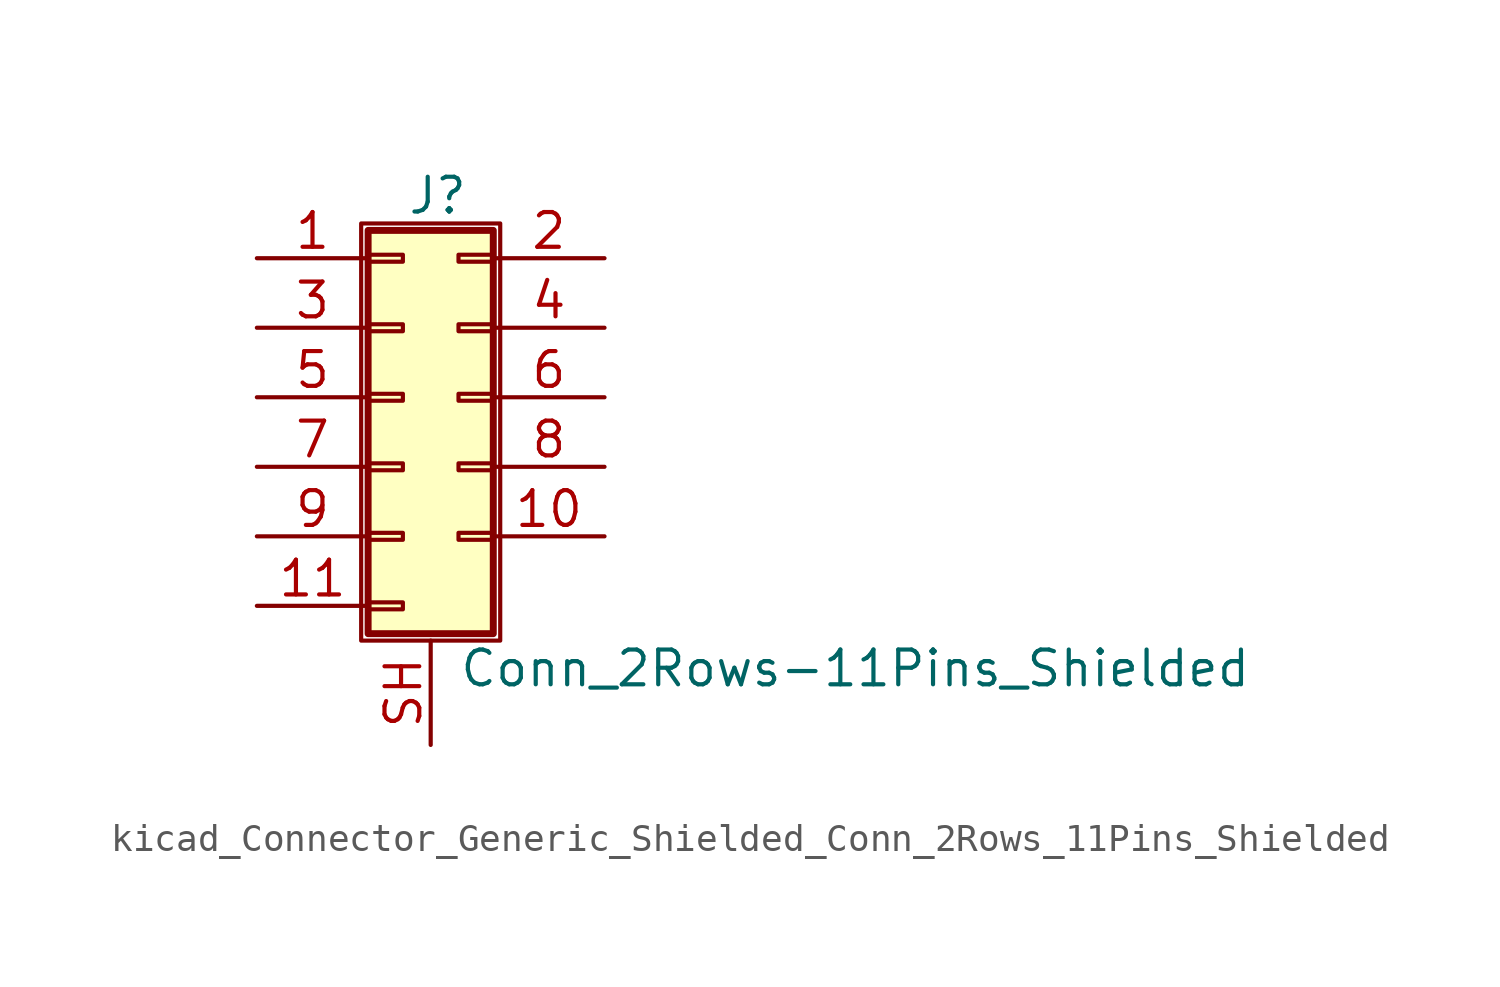
<source format=kicad_sym>
(kicad_symbol_lib
  (version 20220914)
  (generator kicad_symbol_editor)
  (symbol "kicad_Connector_Generic_Shielded_Conn_2Rows_11Pins_Shielded"
    (pin_names
      (offset 1.016) hide)
    (property "Reference" "J"
      (at 1.524 7.366 0)
      (effects (font (size 1.27 1.27))))
    (property "Value" "Conn_2Rows-11Pins_Shielded"
      (at 2.286 -9.906 0)
      (effects (font (size 1.27 1.27)) (justify left)))
    (symbol "kicad_Connector_Generic_Shielded_Conn_2Rows_11Pins_Shielded_1_1"
      (rectangle (start -1.27 6.35) (end 3.81 -8.89) (stroke (width 0.152) (type default)) (fill (type none)))
      (rectangle (start -1.016 -7.493) (end 0.254 -7.747) (stroke (width 0.152) (type default)) (fill (type none)))
      (rectangle (start -1.016 -4.953) (end 0.254 -5.207) (stroke (width 0.152) (type default)) (fill (type none)))
      (rectangle (start -1.016 -2.413) (end 0.254 -2.667) (stroke (width 0.152) (type default)) (fill (type none)))
      (rectangle (start -1.016 0.127) (end 0.254 -0.127) (stroke (width 0.152) (type default)) (fill (type none)))
      (rectangle (start -1.016 2.667) (end 0.254 2.413) (stroke (width 0.152) (type default)) (fill (type none)))
      (rectangle (start -1.016 5.207) (end 0.254 4.953) (stroke (width 0.152) (type default)) (fill (type none)))
      (rectangle (start -1.016 6.096) (end 3.556 -8.636) (stroke (width 0.254) (type default)) (fill (type background)))
      (rectangle (start 3.556 -4.953) (end 2.286 -5.207) (stroke (width 0.152) (type default)) (fill (type none)))
      (rectangle (start 3.556 -2.413) (end 2.286 -2.667) (stroke (width 0.152) (type default)) (fill (type none)))
      (rectangle (start 3.556 0.127) (end 2.286 -0.127) (stroke (width 0.152) (type default)) (fill (type none)))
      (rectangle (start 3.556 2.667) (end 2.286 2.413) (stroke (width 0.152) (type default)) (fill (type none)))
      (rectangle (start 3.556 5.207) (end 2.286 4.953) (stroke (width 0.152) (type default)) (fill (type none)))
      (pin passive line (at -5.08 5.08 0) (length 4.064) (name "Pin_1" (effects (font (size 1.27 1.27)))) (number "1" (effects (font (size 1.27 1.27)))))
      (pin passive line (at 7.62 -5.08 180) (length 4.064) (name "Pin_10" (effects (font (size 1.27 1.27)))) (number "10" (effects (font (size 1.27 1.27)))))
      (pin passive line (at -5.08 -7.62 0) (length 4.064) (name "Pin_11" (effects (font (size 1.27 1.27)))) (number "11" (effects (font (size 1.27 1.27)))))
      (pin passive line (at 7.62 5.08 180) (length 4.064) (name "Pin_2" (effects (font (size 1.27 1.27)))) (number "2" (effects (font (size 1.27 1.27)))))
      (pin passive line (at -5.08 2.54 0) (length 4.064) (name "Pin_3" (effects (font (size 1.27 1.27)))) (number "3" (effects (font (size 1.27 1.27)))))
      (pin passive line (at 7.62 2.54 180) (length 4.064) (name "Pin_4" (effects (font (size 1.27 1.27)))) (number "4" (effects (font (size 1.27 1.27)))))
      (pin passive line (at -5.08 0 0) (length 4.064) (name "Pin_5" (effects (font (size 1.27 1.27)))) (number "5" (effects (font (size 1.27 1.27)))))
      (pin passive line (at 7.62 0 180) (length 4.064) (name "Pin_6" (effects (font (size 1.27 1.27)))) (number "6" (effects (font (size 1.27 1.27)))))
      (pin passive line (at -5.08 -2.54 0) (length 4.064) (name "Pin_7" (effects (font (size 1.27 1.27)))) (number "7" (effects (font (size 1.27 1.27)))))
      (pin passive line (at 7.62 -2.54 180) (length 4.064) (name "Pin_8" (effects (font (size 1.27 1.27)))) (number "8" (effects (font (size 1.27 1.27)))))
      (pin passive line (at -5.08 -5.08 0) (length 4.064) (name "Pin_9" (effects (font (size 1.27 1.27)))) (number "9" (effects (font (size 1.27 1.27)))))
      (pin passive line (at 1.27 -12.7 90) (length 3.81) (name "Shield" (effects (font (size 1.27 1.27)))) (number "SH" (effects (font (size 1.27 1.27))))))))
</source>
